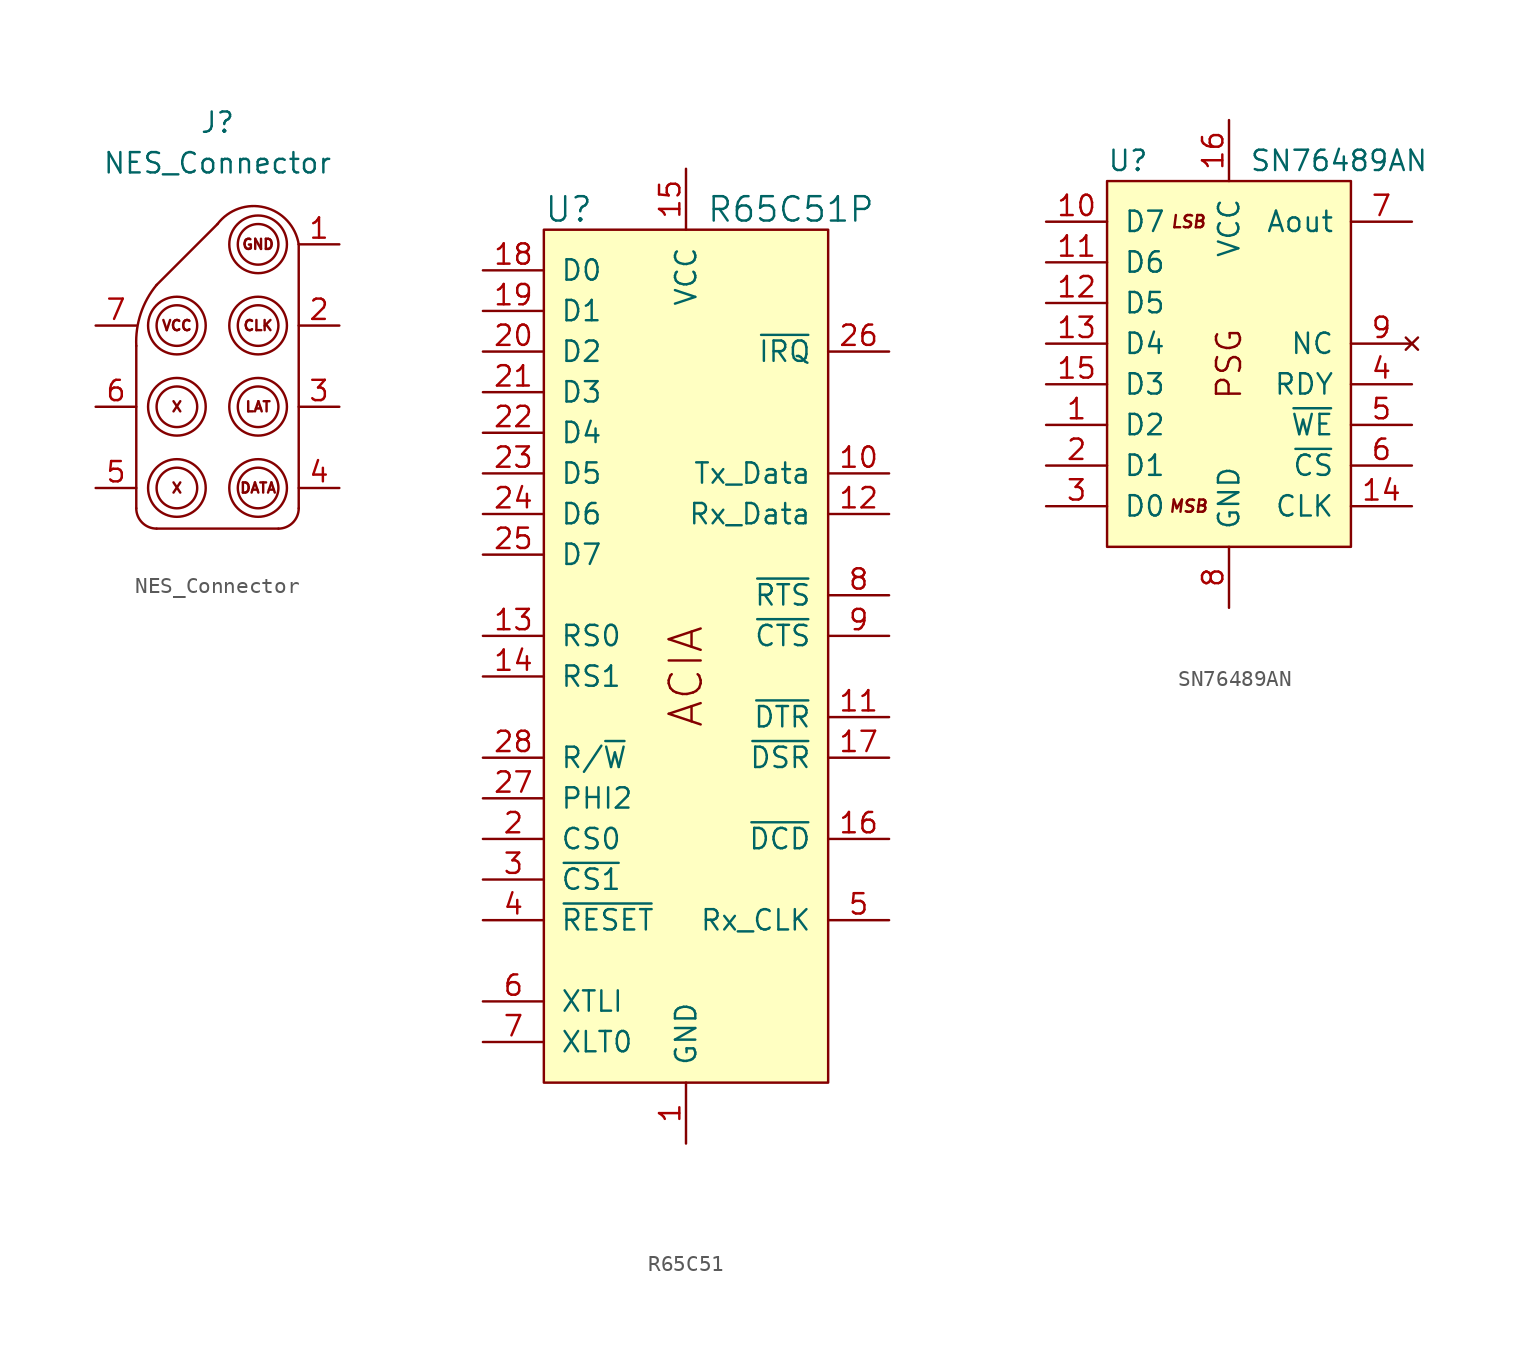
<source format=kicad_sym>
(kicad_symbol_lib
  (version 20220914)
  (generator kicad_symbol_editor)
  (symbol "NES_Connector"
    (pin_names
      (offset 1.016))
    (property "Reference" "J"
      (at 0 2.54 0)
      (effects (font (size 1.27 1.27))))
    (property "Value" "NES_Connector"
      (at 0 0 0)
      (effects (font (size 1.27 1.27))))
    (symbol "NES_Connector_0_1"
      (arc (start -5.08 -21.59) (mid -4.708 -22.488) (end -3.81 -22.86) (stroke (width 0) (type default)) (fill (type none)))
      (arc (start -3.81 -7.62) (mid -4.8003 -9.4066) (end -5.08 -11.43) (stroke (width 0) (type default)) (fill (type none)))
      (circle (center -2.54 -20.32) (radius 1.27) (stroke (width 0) (type default)) (fill (type none)))
      (circle (center -2.54 -20.32) (radius 1.803) (stroke (width 0) (type default)) (fill (type none)))
      (circle (center -2.54 -15.24) (radius 1.27) (stroke (width 0) (type default)) (fill (type none)))
      (circle (center -2.54 -15.24) (radius 1.803) (stroke (width 0) (type default)) (fill (type none)))
      (circle (center -2.54 -10.16) (radius 1.27) (stroke (width 0) (type default)) (fill (type none)))
      (circle (center -2.54 -10.16) (radius 1.803) (stroke (width 0) (type default)) (fill (type none)))
      (polyline (pts (xy -5.08 -21.59) (xy -5.08 -11.43)) (stroke (width 0) (type default)) (fill (type none)))
      (polyline (pts (xy 0 -3.81) (xy -3.81 -7.62)) (stroke (width 0) (type default)) (fill (type none)))
      (polyline (pts (xy 3.81 -22.86) (xy -3.81 -22.86)) (stroke (width 0) (type default)) (fill (type none)))
      (polyline (pts (xy 5.08 -5.08) (xy 5.08 -21.59)) (stroke (width 0) (type default)) (fill (type none)))
      (circle (center 2.54 -20.32) (radius 1.27) (stroke (width 0) (type default)) (fill (type none)))
      (circle (center 2.54 -20.32) (radius 1.803) (stroke (width 0) (type default)) (fill (type none)))
      (circle (center 2.54 -15.24) (radius 1.27) (stroke (width 0) (type default)) (fill (type none)))
      (circle (center 2.54 -15.24) (radius 1.803) (stroke (width 0) (type default)) (fill (type none)))
      (circle (center 2.54 -10.16) (radius 1.27) (stroke (width 0) (type default)) (fill (type none)))
      (circle (center 2.54 -10.16) (radius 1.803) (stroke (width 0) (type default)) (fill (type none)))
      (circle (center 2.54 -5.08) (radius 1.27) (stroke (width 0) (type default)) (fill (type none)))
      (circle (center 2.54 -5.08) (radius 1.803) (stroke (width 0) (type default)) (fill (type none)))
      (arc (start 3.81 -22.86) (mid 4.708 -22.488) (end 5.08 -21.59) (stroke (width 0) (type default)) (fill (type none)))
      (arc (start 5.08 -5.08) (mid 2.9587 -2.77) (end 0 -3.81) (stroke (width 0) (type default)) (fill (type none))))
    (symbol "NES_Connector_1_1"
      (text "CLK" (at 2.54 -10.16 0) (effects (font (size 0.635 0.635))))
      (text "DATA" (at 2.54 -20.32 0) (effects (font (size 0.635 0.635))))
      (text "GND" (at 2.54 -5.08 0) (effects (font (size 0.635 0.635))))
      (text "LAT" (at 2.54 -15.24 0) (effects (font (size 0.635 0.635))))
      (text "VCC" (at -2.54 -10.16 0) (effects (font (size 0.635 0.635))))
      (text "X" (at -2.54 -20.32 0) (effects (font (size 0.635 0.635))))
      (text "X" (at -2.54 -15.24 0) (effects (font (size 0.635 0.635))))
      (pin passive line (at 7.62 -5.08 180) (length 2.54) (name "~" (effects (font (size 1.27 1.27)))) (number "1" (effects (font (size 1.27 1.27)))))
      (pin passive line (at 7.62 -10.16 180) (length 2.54) (name "~" (effects (font (size 1.27 1.27)))) (number "2" (effects (font (size 1.27 1.27)))))
      (pin passive line (at 7.62 -15.24 180) (length 2.54) (name "~" (effects (font (size 1.27 1.27)))) (number "3" (effects (font (size 1.27 1.27)))))
      (pin passive line (at 7.62 -20.32 180) (length 2.54) (name "~" (effects (font (size 1.27 1.27)))) (number "4" (effects (font (size 1.27 1.27)))))
      (pin passive line (at -7.62 -20.32 0) (length 2.54) (name "~" (effects (font (size 1.27 1.27)))) (number "5" (effects (font (size 1.27 1.27)))))
      (pin passive line (at -7.62 -15.24 0) (length 2.54) (name "~" (effects (font (size 1.27 1.27)))) (number "6" (effects (font (size 1.27 1.27)))))
      (pin passive line (at -7.62 -10.16 0) (length 2.54) (name "~" (effects (font (size 1.27 1.27)))) (number "7" (effects (font (size 1.27 1.27)))))))
  (symbol "R65C51"
    (pin_names
      (offset 1.016))
    (property "Reference" "U"
      (at -8.89 19.05 0)
      (effects (font (size 1.524 1.524)) (justify left)))
    (property "Value" "R65C51P"
      (at 1.27 19.05 0)
      (effects (font (size 1.524 1.524)) (justify left)))
    (property "Datasheet" ""
      (at 0 -5.08 0)
      (effects (font (size 1.524 1.524))))
    (symbol "R65C51_0_1"
      (rectangle (start -8.89 17.78) (end 8.89 -35.56) (stroke (width 0) (type solid)) (fill (type background))))
    (symbol "R65C51_1_0"
      (text "ACIA" (at 0 -10.16 900) (effects (font (size 2 2)))))
    (symbol "R65C51_1_1"
      (pin power_in line (at 0 -39.37 90) (length 3.81) (name "GND" (effects (font (size 1.27 1.27)))) (number "1" (effects (font (size 1.27 1.27)))))
      (pin output line (at 12.7 2.54 180) (length 3.81) (name "Tx_Data" (effects (font (size 1.27 1.27)))) (number "10" (effects (font (size 1.27 1.27)))))
      (pin output line (at 12.7 -12.7 180) (length 3.81) (name "~{DTR}" (effects (font (size 1.27 1.27)))) (number "11" (effects (font (size 1.27 1.27)))))
      (pin input line (at 12.7 0 180) (length 3.81) (name "Rx_Data" (effects (font (size 1.27 1.27)))) (number "12" (effects (font (size 1.27 1.27)))))
      (pin input line (at -12.7 -7.62 0) (length 3.81) (name "RS0" (effects (font (size 1.27 1.27)))) (number "13" (effects (font (size 1.27 1.27)))))
      (pin input line (at -12.7 -10.16 0) (length 3.81) (name "RS1" (effects (font (size 1.27 1.27)))) (number "14" (effects (font (size 1.27 1.27)))))
      (pin power_in line (at 0 21.59 270) (length 3.81) (name "VCC" (effects (font (size 1.27 1.27)))) (number "15" (effects (font (size 1.27 1.27)))))
      (pin input line (at 12.7 -20.32 180) (length 3.81) (name "~{DCD}" (effects (font (size 1.27 1.27)))) (number "16" (effects (font (size 1.27 1.27)))))
      (pin input line (at 12.7 -15.24 180) (length 3.81) (name "~{DSR}" (effects (font (size 1.27 1.27)))) (number "17" (effects (font (size 1.27 1.27)))))
      (pin bidirectional line (at -12.7 15.24 0) (length 3.81) (name "D0" (effects (font (size 1.27 1.27)))) (number "18" (effects (font (size 1.27 1.27)))))
      (pin bidirectional line (at -12.7 12.7 0) (length 3.81) (name "D1" (effects (font (size 1.27 1.27)))) (number "19" (effects (font (size 1.27 1.27)))))
      (pin input line (at -12.7 -20.32 0) (length 3.81) (name "CS0" (effects (font (size 1.27 1.27)))) (number "2" (effects (font (size 1.27 1.27)))))
      (pin bidirectional line (at -12.7 10.16 0) (length 3.81) (name "D2" (effects (font (size 1.27 1.27)))) (number "20" (effects (font (size 1.27 1.27)))))
      (pin bidirectional line (at -12.7 7.62 0) (length 3.81) (name "D3" (effects (font (size 1.27 1.27)))) (number "21" (effects (font (size 1.27 1.27)))))
      (pin bidirectional line (at -12.7 5.08 0) (length 3.81) (name "D4" (effects (font (size 1.27 1.27)))) (number "22" (effects (font (size 1.27 1.27)))))
      (pin bidirectional line (at -12.7 2.54 0) (length 3.81) (name "D5" (effects (font (size 1.27 1.27)))) (number "23" (effects (font (size 1.27 1.27)))))
      (pin bidirectional line (at -12.7 0 0) (length 3.81) (name "D6" (effects (font (size 1.27 1.27)))) (number "24" (effects (font (size 1.27 1.27)))))
      (pin bidirectional line (at -12.7 -2.54 0) (length 3.81) (name "D7" (effects (font (size 1.27 1.27)))) (number "25" (effects (font (size 1.27 1.27)))))
      (pin output line (at 12.7 10.16 180) (length 3.81) (name "~{IRQ}" (effects (font (size 1.27 1.27)))) (number "26" (effects (font (size 1.27 1.27)))))
      (pin input line (at -12.7 -17.78 0) (length 3.81) (name "PHI2" (effects (font (size 1.27 1.27)))) (number "27" (effects (font (size 1.27 1.27)))))
      (pin input line (at -12.7 -15.24 0) (length 3.81) (name "R/~{W}" (effects (font (size 1.27 1.27)))) (number "28" (effects (font (size 1.27 1.27)))))
      (pin input line (at -12.7 -22.86 0) (length 3.81) (name "~{CS1}" (effects (font (size 1.27 1.27)))) (number "3" (effects (font (size 1.27 1.27)))))
      (pin input line (at -12.7 -25.4 0) (length 3.81) (name "~{RESET}" (effects (font (size 1.27 1.27)))) (number "4" (effects (font (size 1.27 1.27)))))
      (pin bidirectional line (at 12.7 -25.4 180) (length 3.81) (name "Rx_CLK" (effects (font (size 1.27 1.27)))) (number "5" (effects (font (size 1.27 1.27)))))
      (pin input line (at -12.7 -30.48 0) (length 3.81) (name "XTLI" (effects (font (size 1.27 1.27)))) (number "6" (effects (font (size 1.27 1.27)))))
      (pin input line (at -12.7 -33.02 0) (length 3.81) (name "XLT0" (effects (font (size 1.27 1.27)))) (number "7" (effects (font (size 1.27 1.27)))))
      (pin output line (at 12.7 -5.08 180) (length 3.81) (name "~{RTS}" (effects (font (size 1.27 1.27)))) (number "8" (effects (font (size 1.27 1.27)))))
      (pin input line (at 12.7 -7.62 180) (length 3.81) (name "~{CTS}" (effects (font (size 1.27 1.27)))) (number "9" (effects (font (size 1.27 1.27)))))))
  (symbol "SN76489AN"
    (pin_names
      (offset 1.016))
    (property "Reference" "U"
      (at -7.62 1.27 0)
      (effects (font (size 1.27 1.27)) (justify left)))
    (property "Value" "SN76489AN"
      (at 1.27 1.27 0)
      (effects (font (size 1.27 1.27)) (justify left)))
    (symbol "SN76489AN_0_0"
      (text "LSB" (at -2.54 -2.54 0) (effects (font (size 0.762 0.762) italic)))
      (text "MSB" (at -2.54 -20.32 0) (effects (font (size 0.762 0.762) italic)))
      (text "PSG" (at 0 -11.43 900) (effects (font (size 1.499 1.499)))))
    (symbol "SN76489AN_0_1"
      (rectangle (start -7.62 0) (end 7.62 -22.86) (stroke (width 0) (type default)) (fill (type background))))
    (symbol "SN76489AN_1_1"
      (pin input line (at -11.43 -15.24 0) (length 3.81) (name "D2" (effects (font (size 1.27 1.27)))) (number "1" (effects (font (size 1.27 1.27)))))
      (pin input line (at -11.43 -2.54 0) (length 3.81) (name "D7" (effects (font (size 1.27 1.27)))) (number "10" (effects (font (size 1.27 1.27)))))
      (pin input line (at -11.43 -5.08 0) (length 3.81) (name "D6" (effects (font (size 1.27 1.27)))) (number "11" (effects (font (size 1.27 1.27)))))
      (pin input line (at -11.43 -7.62 0) (length 3.81) (name "D5" (effects (font (size 1.27 1.27)))) (number "12" (effects (font (size 1.27 1.27)))))
      (pin input line (at -11.43 -10.16 0) (length 3.81) (name "D4" (effects (font (size 1.27 1.27)))) (number "13" (effects (font (size 1.27 1.27)))))
      (pin input line (at 11.43 -20.32 180) (length 3.81) (name "CLK" (effects (font (size 1.27 1.27)))) (number "14" (effects (font (size 1.27 1.27)))))
      (pin input line (at -11.43 -12.7 0) (length 3.81) (name "D3" (effects (font (size 1.27 1.27)))) (number "15" (effects (font (size 1.27 1.27)))))
      (pin power_in line (at 0 3.81 270) (length 3.81) (name "VCC" (effects (font (size 1.27 1.27)))) (number "16" (effects (font (size 1.27 1.27)))))
      (pin input line (at -11.43 -17.78 0) (length 3.81) (name "D1" (effects (font (size 1.27 1.27)))) (number "2" (effects (font (size 1.27 1.27)))))
      (pin input line (at -11.43 -20.32 0) (length 3.81) (name "D0" (effects (font (size 1.27 1.27)))) (number "3" (effects (font (size 1.27 1.27)))))
      (pin open_collector line (at 11.43 -12.7 180) (length 3.81) (name "RDY" (effects (font (size 1.27 1.27)))) (number "4" (effects (font (size 1.27 1.27)))))
      (pin input line (at 11.43 -15.24 180) (length 3.81) (name "~{WE}" (effects (font (size 1.27 1.27)))) (number "5" (effects (font (size 1.27 1.27)))))
      (pin input line (at 11.43 -17.78 180) (length 3.81) (name "~{CS}" (effects (font (size 1.27 1.27)))) (number "6" (effects (font (size 1.27 1.27)))))
      (pin output line (at 11.43 -2.54 180) (length 3.81) (name "Aout" (effects (font (size 1.27 1.27)))) (number "7" (effects (font (size 1.27 1.27)))))
      (pin power_in line (at 0 -26.67 90) (length 3.81) (name "GND" (effects (font (size 1.27 1.27)))) (number "8" (effects (font (size 1.27 1.27)))))
      (pin no_connect line (at 11.43 -10.16 180) (length 3.81) (name "NC" (effects (font (size 1.27 1.27)))) (number "9" (effects (font (size 1.27 1.27))))))))
</source>
